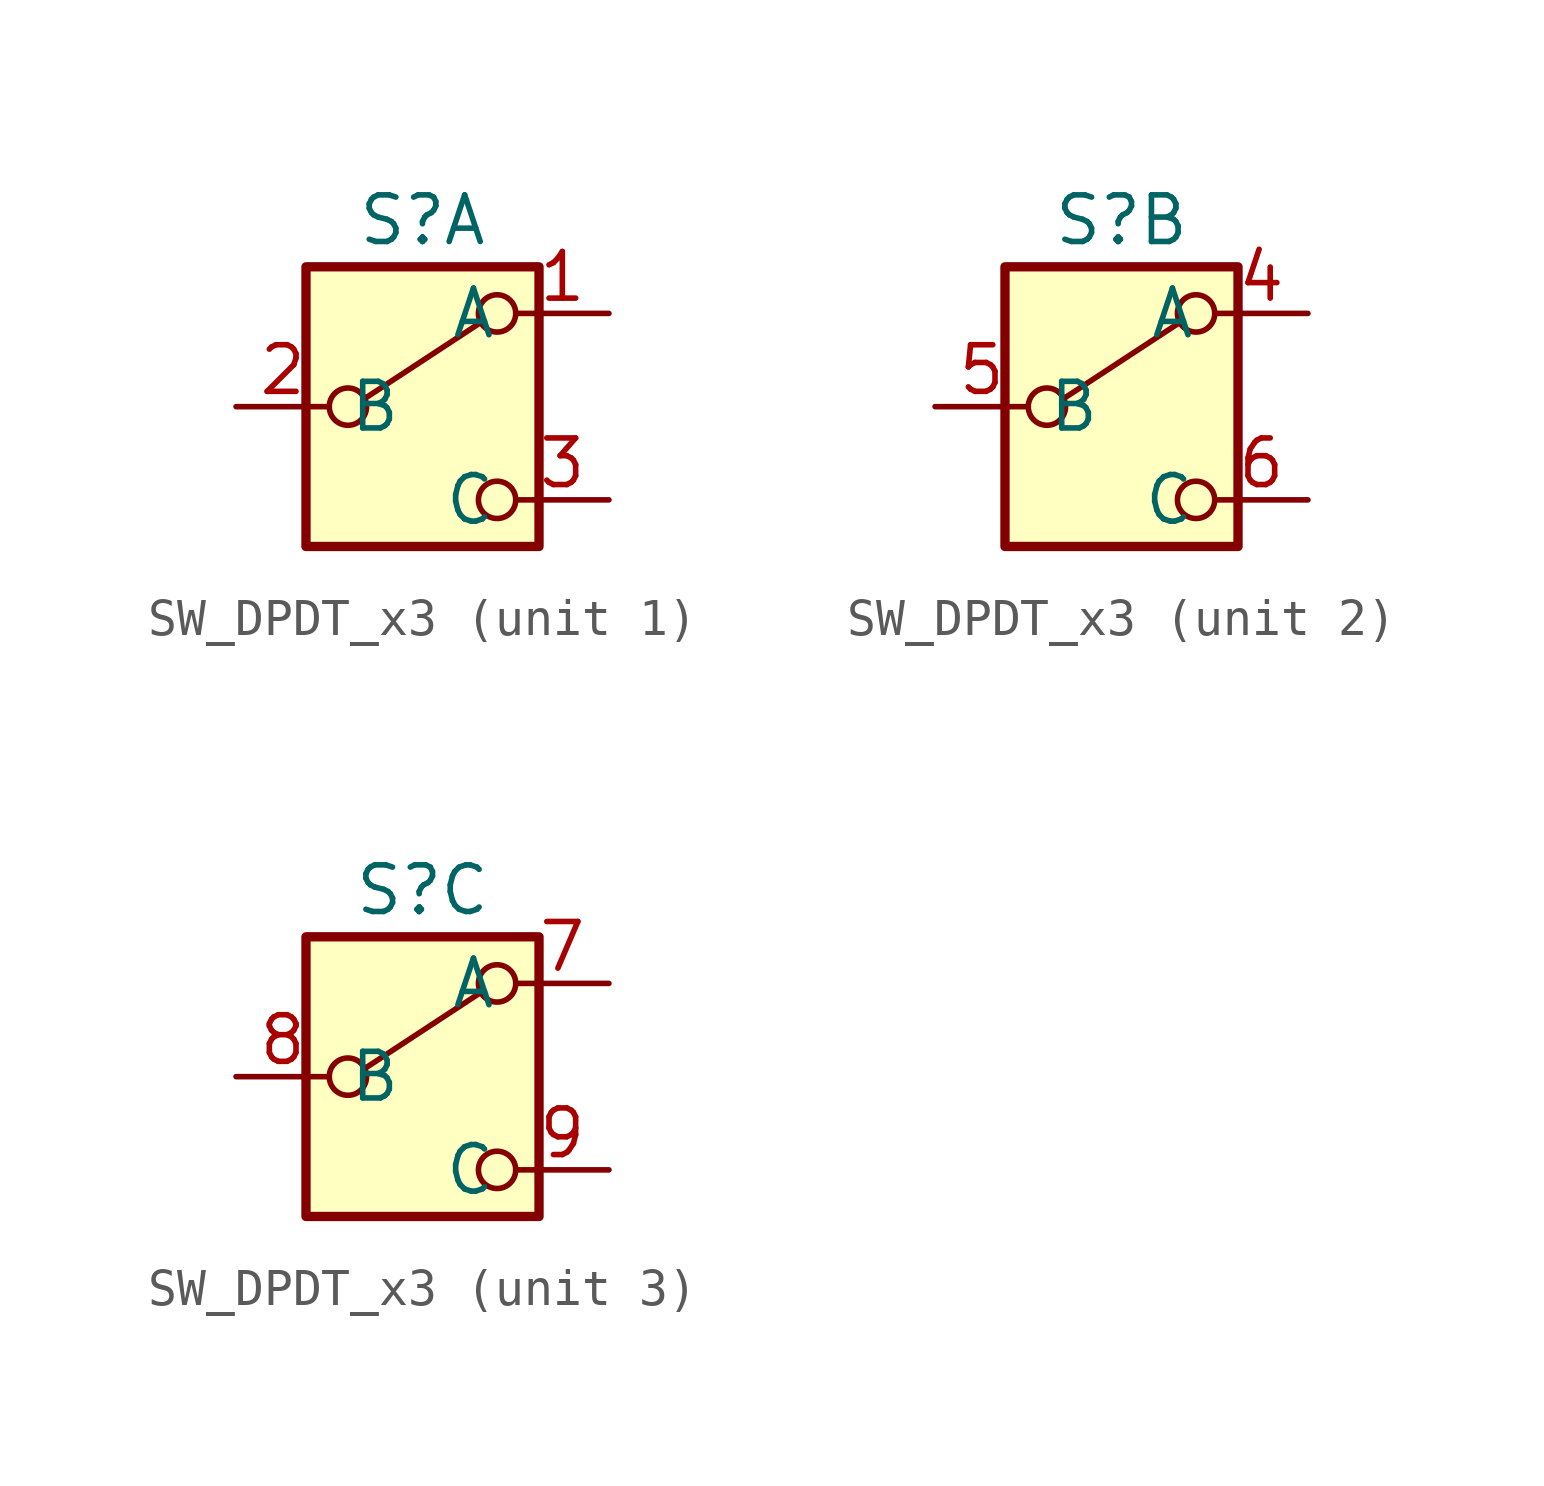
<source format=kicad_sym>
(kicad_symbol_lib
  (version 20241209)
  (generator "kicad_symbol_editor")
  (generator_version "9.0")
  (symbol "SW_DPDT_x3"
    (property "Reference" "S"
      (at 0 5.08 0)
      (effects (font (size 1.27 1.27))))
    (property "Value" ""
      (at 0 0 0)
      (effects (font (size 1.27 1.27))))
    (symbol "SW_DPDT_x3_0_0"
      (circle (center -2.032 0) (radius 0.508) (stroke (width 0) (type default)) (fill (type none)))
      (circle (center 2.032 -2.54) (radius 0.508) (stroke (width 0) (type default)) (fill (type none))))
    (symbol "SW_DPDT_x3_0_1"
      (rectangle (start -3.175 3.81) (end 3.175 -3.81) (stroke (width 0.254) (type default)) (fill (type background)))
      (polyline (pts (xy -1.524 0.254) (xy 1.575 2.286)) (stroke (width 0) (type default)) (fill (type none)))
      (circle (center 2.032 2.54) (radius 0.508) (stroke (width 0) (type default)) (fill (type none))))
    (symbol "SW_DPDT_x3_1_1"
      (pin passive line (at -5.08 0 0) (length 2.54) (name "B" (effects (font (size 1.27 1.27)))) (number "2" (effects (font (size 1.27 1.27)))))
      (pin passive line (at 5.08 2.54 180) (length 2.54) (name "A" (effects (font (size 1.27 1.27)))) (number "1" (effects (font (size 1.27 1.27)))))
      (pin passive line (at 5.08 -2.54 180) (length 2.54) (name "C" (effects (font (size 1.27 1.27)))) (number "3" (effects (font (size 1.27 1.27))))))
    (symbol "SW_DPDT_x3_2_1"
      (pin passive line (at -5.08 0 0) (length 2.54) (name "B" (effects (font (size 1.27 1.27)))) (number "5" (effects (font (size 1.27 1.27)))))
      (pin passive line (at 5.08 2.54 180) (length 2.54) (name "A" (effects (font (size 1.27 1.27)))) (number "4" (effects (font (size 1.27 1.27)))))
      (pin passive line (at 5.08 -2.54 180) (length 2.54) (name "C" (effects (font (size 1.27 1.27)))) (number "6" (effects (font (size 1.27 1.27))))))
    (symbol "SW_DPDT_x3_3_1"
      (pin passive line (at -5.08 0 0) (length 2.54) (name "B" (effects (font (size 1.27 1.27)))) (number "8" (effects (font (size 1.27 1.27)))))
      (pin passive line (at 5.08 2.54 180) (length 2.54) (name "A" (effects (font (size 1.27 1.27)))) (number "7" (effects (font (size 1.27 1.27)))))
      (pin passive line (at 5.08 -2.54 180) (length 2.54) (name "C" (effects (font (size 1.27 1.27)))) (number "9" (effects (font (size 1.27 1.27))))))))
</source>
